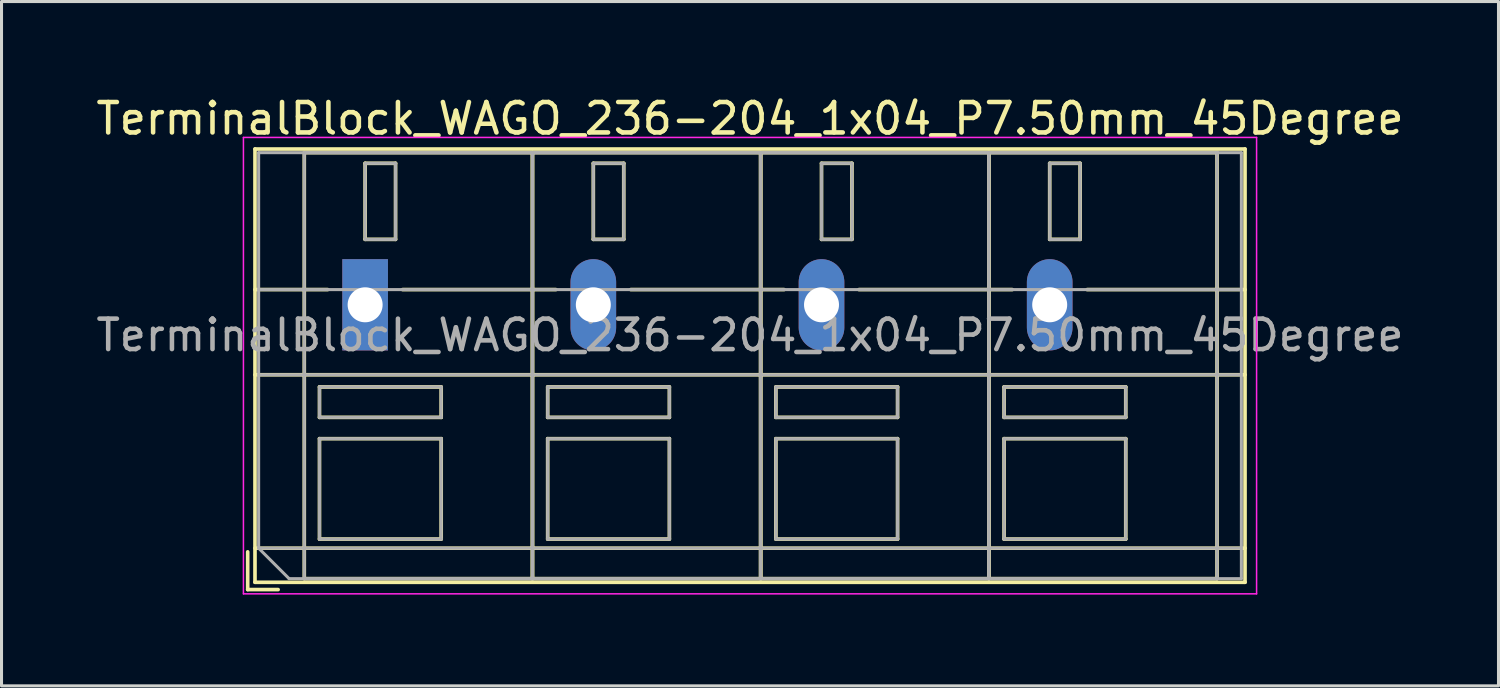
<source format=kicad_pcb>
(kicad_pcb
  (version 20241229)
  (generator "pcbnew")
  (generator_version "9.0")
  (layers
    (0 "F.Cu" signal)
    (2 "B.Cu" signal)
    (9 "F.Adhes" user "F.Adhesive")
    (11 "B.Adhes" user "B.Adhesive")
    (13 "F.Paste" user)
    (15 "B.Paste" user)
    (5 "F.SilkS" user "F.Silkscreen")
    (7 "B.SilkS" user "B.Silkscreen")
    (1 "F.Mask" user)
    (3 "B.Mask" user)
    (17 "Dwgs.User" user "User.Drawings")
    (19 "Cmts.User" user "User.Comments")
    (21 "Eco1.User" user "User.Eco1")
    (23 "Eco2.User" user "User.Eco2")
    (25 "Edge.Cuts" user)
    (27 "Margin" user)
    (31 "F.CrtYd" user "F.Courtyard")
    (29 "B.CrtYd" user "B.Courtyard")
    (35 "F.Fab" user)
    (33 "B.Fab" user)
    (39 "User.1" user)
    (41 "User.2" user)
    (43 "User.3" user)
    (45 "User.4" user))
  (footprint "TerminalBlock_WAGO_236-204_1x04_P7.50mm_45Degree"
    (layer "F.Cu")
    (at 8.951 6.968)
    (property "Reference" "TerminalBlock_WAGO_236-204_1x04_P7.50mm_45Degree" (at 12.65 -6.12 0) (layer "F.SilkS") (effects (font (size 1 1) (thickness 0.15))))
    (attr through_hole)
    (fp_line (start -3.86 8.12) (end -3.86 9.36) (stroke (width 0.12) (type solid)) (layer "F.SilkS"))
    (fp_line (start -3.86 9.36) (end -2.86 9.36) (stroke (width 0.12) (type solid)) (layer "F.SilkS"))
    (fp_line (start -3.62 -5.12) (end -3.62 9.12) (stroke (width 0.12) (type solid)) (layer "F.SilkS"))
    (fp_line (start -3.62 -5.12) (end 28.92 -5.12) (stroke (width 0.12) (type solid)) (layer "F.SilkS"))
    (fp_line (start -3.62 -0.5) (end -1.23 -0.5) (stroke (width 0.12) (type solid)) (layer "F.SilkS"))
    (fp_line (start -3.62 2.3) (end 28.92 2.3) (stroke (width 0.12) (type solid)) (layer "F.SilkS"))
    (fp_line (start -3.62 8) (end 28.92 8) (stroke (width 0.12) (type solid)) (layer "F.SilkS"))
    (fp_line (start -3.62 9.12) (end 28.92 9.12) (stroke (width 0.12) (type solid)) (layer "F.SilkS"))
    (fp_line (start -2 -5) (end -2 9) (stroke (width 0.12) (type solid)) (layer "F.SilkS"))
    (fp_line (start -2 -5) (end 5.5 -5) (stroke (width 0.12) (type solid)) (layer "F.SilkS"))
    (fp_line (start -2 9) (end 5.5 9) (stroke (width 0.12) (type solid)) (layer "F.SilkS"))
    (fp_line (start -1.5 2.7) (end -1.5 3.7) (stroke (width 0.12) (type solid)) (layer "F.SilkS"))
    (fp_line (start -1.5 2.7) (end 2.5 2.7) (stroke (width 0.12) (type solid)) (layer "F.SilkS"))
    (fp_line (start -1.5 3.7) (end 2.5 3.7) (stroke (width 0.12) (type solid)) (layer "F.SilkS"))
    (fp_line (start -1.5 4.4) (end -1.5 7.7) (stroke (width 0.12) (type solid)) (layer "F.SilkS"))
    (fp_line (start -1.5 4.4) (end 2.5 4.4) (stroke (width 0.12) (type solid)) (layer "F.SilkS"))
    (fp_line (start -1.5 7.7) (end 2.5 7.7) (stroke (width 0.12) (type solid)) (layer "F.SilkS"))
    (fp_line (start 0 -4.65) (end 0 -2.151) (stroke (width 0.12) (type solid)) (layer "F.SilkS"))
    (fp_line (start 0 -4.65) (end 1 -4.65) (stroke (width 0.12) (type solid)) (layer "F.SilkS"))
    (fp_line (start 0 -2.151) (end 1 -2.151) (stroke (width 0.12) (type solid)) (layer "F.SilkS"))
    (fp_line (start 1 -4.65) (end 1 -2.151) (stroke (width 0.12) (type solid)) (layer "F.SilkS"))
    (fp_line (start 1.23 -0.5) (end 6.27 -0.5) (stroke (width 0.12) (type solid)) (layer "F.SilkS"))
    (fp_line (start 2.5 2.7) (end 2.5 3.7) (stroke (width 0.12) (type solid)) (layer "F.SilkS"))
    (fp_line (start 2.5 4.4) (end 2.5 7.7) (stroke (width 0.12) (type solid)) (layer "F.SilkS"))
    (fp_line (start 5.5 -5) (end 5.5 9) (stroke (width 0.12) (type solid)) (layer "F.SilkS"))
    (fp_line (start 5.5 -5) (end 5.5 9) (stroke (width 0.12) (type solid)) (layer "F.SilkS"))
    (fp_line (start 5.5 -5) (end 13 -5) (stroke (width 0.12) (type solid)) (layer "F.SilkS"))
    (fp_line (start 5.5 9) (end 13 9) (stroke (width 0.12) (type solid)) (layer "F.SilkS"))
    (fp_line (start 6 2.7) (end 6 3.7) (stroke (width 0.12) (type solid)) (layer "F.SilkS"))
    (fp_line (start 6 2.7) (end 10 2.7) (stroke (width 0.12) (type solid)) (layer "F.SilkS"))
    (fp_line (start 6 3.7) (end 10 3.7) (stroke (width 0.12) (type solid)) (layer "F.SilkS"))
    (fp_line (start 6 4.4) (end 6 7.7) (stroke (width 0.12) (type solid)) (layer "F.SilkS"))
    (fp_line (start 6 4.4) (end 10 4.4) (stroke (width 0.12) (type solid)) (layer "F.SilkS"))
    (fp_line (start 6 7.7) (end 10 7.7) (stroke (width 0.12) (type solid)) (layer "F.SilkS"))
    (fp_line (start 7.5 -4.65) (end 7.5 -2.151) (stroke (width 0.12) (type solid)) (layer "F.SilkS"))
    (fp_line (start 7.5 -4.65) (end 8.5 -4.65) (stroke (width 0.12) (type solid)) (layer "F.SilkS"))
    (fp_line (start 7.5 -2.151) (end 8.5 -2.151) (stroke (width 0.12) (type solid)) (layer "F.SilkS"))
    (fp_line (start 8.5 -4.65) (end 8.5 -2.151) (stroke (width 0.12) (type solid)) (layer "F.SilkS"))
    (fp_line (start 8.73 -0.5) (end 13.77 -0.5) (stroke (width 0.12) (type solid)) (layer "F.SilkS"))
    (fp_line (start 10 2.7) (end 10 3.7) (stroke (width 0.12) (type solid)) (layer "F.SilkS"))
    (fp_line (start 10 4.4) (end 10 7.7) (stroke (width 0.12) (type solid)) (layer "F.SilkS"))
    (fp_line (start 13 -5) (end 13 9) (stroke (width 0.12) (type solid)) (layer "F.SilkS"))
    (fp_line (start 13 -5) (end 13 9) (stroke (width 0.12) (type solid)) (layer "F.SilkS"))
    (fp_line (start 13 -5) (end 20.5 -5) (stroke (width 0.12) (type solid)) (layer "F.SilkS"))
    (fp_line (start 13 9) (end 20.5 9) (stroke (width 0.12) (type solid)) (layer "F.SilkS"))
    (fp_line (start 13.5 2.7) (end 13.5 3.7) (stroke (width 0.12) (type solid)) (layer "F.SilkS"))
    (fp_line (start 13.5 2.7) (end 17.5 2.7) (stroke (width 0.12) (type solid)) (layer "F.SilkS"))
    (fp_line (start 13.5 3.7) (end 17.5 3.7) (stroke (width 0.12) (type solid)) (layer "F.SilkS"))
    (fp_line (start 13.5 4.4) (end 13.5 7.7) (stroke (width 0.12) (type solid)) (layer "F.SilkS"))
    (fp_line (start 13.5 4.4) (end 17.5 4.4) (stroke (width 0.12) (type solid)) (layer "F.SilkS"))
    (fp_line (start 13.5 7.7) (end 17.5 7.7) (stroke (width 0.12) (type solid)) (layer "F.SilkS"))
    (fp_line (start 15 -4.65) (end 15 -2.151) (stroke (width 0.12) (type solid)) (layer "F.SilkS"))
    (fp_line (start 15 -4.65) (end 16 -4.65) (stroke (width 0.12) (type solid)) (layer "F.SilkS"))
    (fp_line (start 15 -2.151) (end 16 -2.151) (stroke (width 0.12) (type solid)) (layer "F.SilkS"))
    (fp_line (start 16 -4.65) (end 16 -2.151) (stroke (width 0.12) (type solid)) (layer "F.SilkS"))
    (fp_line (start 16.23 -0.5) (end 21.27 -0.5) (stroke (width 0.12) (type solid)) (layer "F.SilkS"))
    (fp_line (start 17.5 2.7) (end 17.5 3.7) (stroke (width 0.12) (type solid)) (layer "F.SilkS"))
    (fp_line (start 17.5 4.4) (end 17.5 7.7) (stroke (width 0.12) (type solid)) (layer "F.SilkS"))
    (fp_line (start 20.5 -5) (end 20.5 9) (stroke (width 0.12) (type solid)) (layer "F.SilkS"))
    (fp_line (start 20.5 -5) (end 20.5 9) (stroke (width 0.12) (type solid)) (layer "F.SilkS"))
    (fp_line (start 20.5 -5) (end 28 -5) (stroke (width 0.12) (type solid)) (layer "F.SilkS"))
    (fp_line (start 20.5 9) (end 28 9) (stroke (width 0.12) (type solid)) (layer "F.SilkS"))
    (fp_line (start 21 2.7) (end 21 3.7) (stroke (width 0.12) (type solid)) (layer "F.SilkS"))
    (fp_line (start 21 2.7) (end 25 2.7) (stroke (width 0.12) (type solid)) (layer "F.SilkS"))
    (fp_line (start 21 3.7) (end 25 3.7) (stroke (width 0.12) (type solid)) (layer "F.SilkS"))
    (fp_line (start 21 4.4) (end 21 7.7) (stroke (width 0.12) (type solid)) (layer "F.SilkS"))
    (fp_line (start 21 4.4) (end 25 4.4) (stroke (width 0.12) (type solid)) (layer "F.SilkS"))
    (fp_line (start 21 7.7) (end 25 7.7) (stroke (width 0.12) (type solid)) (layer "F.SilkS"))
    (fp_line (start 22.5 -4.65) (end 22.5 -2.151) (stroke (width 0.12) (type solid)) (layer "F.SilkS"))
    (fp_line (start 22.5 -4.65) (end 23.5 -4.65) (stroke (width 0.12) (type solid)) (layer "F.SilkS"))
    (fp_line (start 22.5 -2.151) (end 23.5 -2.151) (stroke (width 0.12) (type solid)) (layer "F.SilkS"))
    (fp_line (start 23.5 -4.65) (end 23.5 -2.151) (stroke (width 0.12) (type solid)) (layer "F.SilkS"))
    (fp_line (start 23.73 -0.5) (end 28.92 -0.5) (stroke (width 0.12) (type solid)) (layer "F.SilkS"))
    (fp_line (start 25 2.7) (end 25 3.7) (stroke (width 0.12) (type solid)) (layer "F.SilkS"))
    (fp_line (start 25 4.4) (end 25 7.7) (stroke (width 0.12) (type solid)) (layer "F.SilkS"))
    (fp_line (start 28 -5) (end 28 9) (stroke (width 0.12) (type solid)) (layer "F.SilkS"))
    (fp_line (start 28.92 -5.12) (end 28.92 9.12) (stroke (width 0.12) (type solid)) (layer "F.SilkS"))
    (fp_line (start -4 -5.5) (end -4 9.5) (stroke (width 0.05) (type solid)) (layer "F.CrtYd"))
    (fp_line (start -4 9.5) (end 29.3 9.5) (stroke (width 0.05) (type solid)) (layer "F.CrtYd"))
    (fp_line (start 29.3 -5.5) (end -4 -5.5) (stroke (width 0.05) (type solid)) (layer "F.CrtYd"))
    (fp_line (start 29.3 9.5) (end 29.3 -5.5) (stroke (width 0.05) (type solid)) (layer "F.CrtYd"))
    (fp_line (start -3.5 -5) (end 28.8 -5) (stroke (width 0.1) (type solid)) (layer "F.Fab"))
    (fp_line (start -3.5 -0.5) (end 28.8 -0.5) (stroke (width 0.1) (type solid)) (layer "F.Fab"))
    (fp_line (start -3.5 2.3) (end 28.8 2.3) (stroke (width 0.1) (type solid)) (layer "F.Fab"))
    (fp_line (start -3.5 8) (end -3.5 -5) (stroke (width 0.1) (type solid)) (layer "F.Fab"))
    (fp_line (start -3.5 8) (end 28.8 8) (stroke (width 0.1) (type solid)) (layer "F.Fab"))
    (fp_line (start -2.5 9) (end -3.5 8) (stroke (width 0.1) (type solid)) (layer "F.Fab"))
    (fp_line (start -2 -5) (end -2 9) (stroke (width 0.1) (type solid)) (layer "F.Fab"))
    (fp_line (start -2 9) (end 5.5 9) (stroke (width 0.1) (type solid)) (layer "F.Fab"))
    (fp_line (start -1.5 2.7) (end -1.5 3.7) (stroke (width 0.1) (type solid)) (layer "F.Fab"))
    (fp_line (start -1.5 3.7) (end 2.5 3.7) (stroke (width 0.1) (type solid)) (layer "F.Fab"))
    (fp_line (start -1.5 4.4) (end -1.5 7.7) (stroke (width 0.1) (type solid)) (layer "F.Fab"))
    (fp_line (start -1.5 7.7) (end 2.5 7.7) (stroke (width 0.1) (type solid)) (layer "F.Fab"))
    (fp_line (start 0 -4.65) (end 0 -2.15) (stroke (width 0.1) (type solid)) (layer "F.Fab"))
    (fp_line (start 0 -2.15) (end 1 -2.15) (stroke (width 0.1) (type solid)) (layer "F.Fab"))
    (fp_line (start 1 -4.65) (end 0 -4.65) (stroke (width 0.1) (type solid)) (layer "F.Fab"))
    (fp_line (start 1 -2.15) (end 1 -4.65) (stroke (width 0.1) (type solid)) (layer "F.Fab"))
    (fp_line (start 2.5 2.7) (end -1.5 2.7) (stroke (width 0.1) (type solid)) (layer "F.Fab"))
    (fp_line (start 2.5 3.7) (end 2.5 2.7) (stroke (width 0.1) (type solid)) (layer "F.Fab"))
    (fp_line (start 2.5 4.4) (end -1.5 4.4) (stroke (width 0.1) (type solid)) (layer "F.Fab"))
    (fp_line (start 2.5 7.7) (end 2.5 4.4) (stroke (width 0.1) (type solid)) (layer "F.Fab"))
    (fp_line (start 5.5 -5) (end -2 -5) (stroke (width 0.1) (type solid)) (layer "F.Fab"))
    (fp_line (start 5.5 -5) (end 5.5 9) (stroke (width 0.1) (type solid)) (layer "F.Fab"))
    (fp_line (start 5.5 9) (end 5.5 -5) (stroke (width 0.1) (type solid)) (layer "F.Fab"))
    (fp_line (start 5.5 9) (end 13 9) (stroke (width 0.1) (type solid)) (layer "F.Fab"))
    (fp_line (start 6 2.7) (end 6 3.7) (stroke (width 0.1) (type solid)) (layer "F.Fab"))
    (fp_line (start 6 3.7) (end 10 3.7) (stroke (width 0.1) (type solid)) (layer "F.Fab"))
    (fp_line (start 6 4.4) (end 6 7.7) (stroke (width 0.1) (type solid)) (layer "F.Fab"))
    (fp_line (start 6 7.7) (end 10 7.7) (stroke (width 0.1) (type solid)) (layer "F.Fab"))
    (fp_line (start 7.5 -4.65) (end 7.5 -2.15) (stroke (width 0.1) (type solid)) (layer "F.Fab"))
    (fp_line (start 7.5 -2.15) (end 8.5 -2.15) (stroke (width 0.1) (type solid)) (layer "F.Fab"))
    (fp_line (start 8.5 -4.65) (end 7.5 -4.65) (stroke (width 0.1) (type solid)) (layer "F.Fab"))
    (fp_line (start 8.5 -2.15) (end 8.5 -4.65) (stroke (width 0.1) (type solid)) (layer "F.Fab"))
    (fp_line (start 10 2.7) (end 6 2.7) (stroke (width 0.1) (type solid)) (layer "F.Fab"))
    (fp_line (start 10 3.7) (end 10 2.7) (stroke (width 0.1) (type solid)) (layer "F.Fab"))
    (fp_line (start 10 4.4) (end 6 4.4) (stroke (width 0.1) (type solid)) (layer "F.Fab"))
    (fp_line (start 10 7.7) (end 10 4.4) (stroke (width 0.1) (type solid)) (layer "F.Fab"))
    (fp_line (start 13 -5) (end 5.5 -5) (stroke (width 0.1) (type solid)) (layer "F.Fab"))
    (fp_line (start 13 -5) (end 13 9) (stroke (width 0.1) (type solid)) (layer "F.Fab"))
    (fp_line (start 13 9) (end 13 -5) (stroke (width 0.1) (type solid)) (layer "F.Fab"))
    (fp_line (start 13 9) (end 20.5 9) (stroke (width 0.1) (type solid)) (layer "F.Fab"))
    (fp_line (start 13.5 2.7) (end 13.5 3.7) (stroke (width 0.1) (type solid)) (layer "F.Fab"))
    (fp_line (start 13.5 3.7) (end 17.5 3.7) (stroke (width 0.1) (type solid)) (layer "F.Fab"))
    (fp_line (start 13.5 4.4) (end 13.5 7.7) (stroke (width 0.1) (type solid)) (layer "F.Fab"))
    (fp_line (start 13.5 7.7) (end 17.5 7.7) (stroke (width 0.1) (type solid)) (layer "F.Fab"))
    (fp_line (start 15 -4.65) (end 15 -2.15) (stroke (width 0.1) (type solid)) (layer "F.Fab"))
    (fp_line (start 15 -2.15) (end 16 -2.15) (stroke (width 0.1) (type solid)) (layer "F.Fab"))
    (fp_line (start 16 -4.65) (end 15 -4.65) (stroke (width 0.1) (type solid)) (layer "F.Fab"))
    (fp_line (start 16 -2.15) (end 16 -4.65) (stroke (width 0.1) (type solid)) (layer "F.Fab"))
    (fp_line (start 17.5 2.7) (end 13.5 2.7) (stroke (width 0.1) (type solid)) (layer "F.Fab"))
    (fp_line (start 17.5 3.7) (end 17.5 2.7) (stroke (width 0.1) (type solid)) (layer "F.Fab"))
    (fp_line (start 17.5 4.4) (end 13.5 4.4) (stroke (width 0.1) (type solid)) (layer "F.Fab"))
    (fp_line (start 17.5 7.7) (end 17.5 4.4) (stroke (width 0.1) (type solid)) (layer "F.Fab"))
    (fp_line (start 20.5 -5) (end 13 -5) (stroke (width 0.1) (type solid)) (layer "F.Fab"))
    (fp_line (start 20.5 -5) (end 20.5 9) (stroke (width 0.1) (type solid)) (layer "F.Fab"))
    (fp_line (start 20.5 9) (end 20.5 -5) (stroke (width 0.1) (type solid)) (layer "F.Fab"))
    (fp_line (start 20.5 9) (end 28 9) (stroke (width 0.1) (type solid)) (layer "F.Fab"))
    (fp_line (start 21 2.7) (end 21 3.7) (stroke (width 0.1) (type solid)) (layer "F.Fab"))
    (fp_line (start 21 3.7) (end 25 3.7) (stroke (width 0.1) (type solid)) (layer "F.Fab"))
    (fp_line (start 21 4.4) (end 21 7.7) (stroke (width 0.1) (type solid)) (layer "F.Fab"))
    (fp_line (start 21 7.7) (end 25 7.7) (stroke (width 0.1) (type solid)) (layer "F.Fab"))
    (fp_line (start 22.5 -4.65) (end 22.5 -2.15) (stroke (width 0.1) (type solid)) (layer "F.Fab"))
    (fp_line (start 22.5 -2.15) (end 23.5 -2.15) (stroke (width 0.1) (type solid)) (layer "F.Fab"))
    (fp_line (start 23.5 -4.65) (end 22.5 -4.65) (stroke (width 0.1) (type solid)) (layer "F.Fab"))
    (fp_line (start 23.5 -2.15) (end 23.5 -4.65) (stroke (width 0.1) (type solid)) (layer "F.Fab"))
    (fp_line (start 25 2.7) (end 21 2.7) (stroke (width 0.1) (type solid)) (layer "F.Fab"))
    (fp_line (start 25 3.7) (end 25 2.7) (stroke (width 0.1) (type solid)) (layer "F.Fab"))
    (fp_line (start 25 4.4) (end 21 4.4) (stroke (width 0.1) (type solid)) (layer "F.Fab"))
    (fp_line (start 25 7.7) (end 25 4.4) (stroke (width 0.1) (type solid)) (layer "F.Fab"))
    (fp_line (start 28 -5) (end 20.5 -5) (stroke (width 0.1) (type solid)) (layer "F.Fab"))
    (fp_line (start 28 9) (end 28 -5) (stroke (width 0.1) (type solid)) (layer "F.Fab"))
    (fp_line (start 28.8 -5) (end 28.8 9) (stroke (width 0.1) (type solid)) (layer "F.Fab"))
    (fp_line (start 28.8 9) (end -2.5 9) (stroke (width 0.1) (type solid)) (layer "F.Fab"))
    (fp_text user "${REFERENCE}" (at 12.65 1 0) (layer "F.Fab") (effects (font (size 1 1) (thickness 0.15))))
    (pad "1" thru_hole rect (at 0 0) (size 1.5 3) (drill 1.15) (layers "*.Cu" "*.Mask"))
    (pad "2" thru_hole oval (at 7.5 0) (size 1.5 3) (drill 1.15) (layers "*.Cu" "*.Mask"))
    (pad "3" thru_hole oval (at 15 0) (size 1.5 3) (drill 1.15) (layers "*.Cu" "*.Mask"))
    (pad "4" thru_hole oval (at 22.5 0) (size 1.5 3) (drill 1.15) (layers "*.Cu" "*.Mask")))
  (gr_rect
    (start -3 -3)
    (end 46.202 19.493)
    (stroke (width 0.1) (type default))
    (fill no)
    (layer "Edge.Cuts")))
</source>
